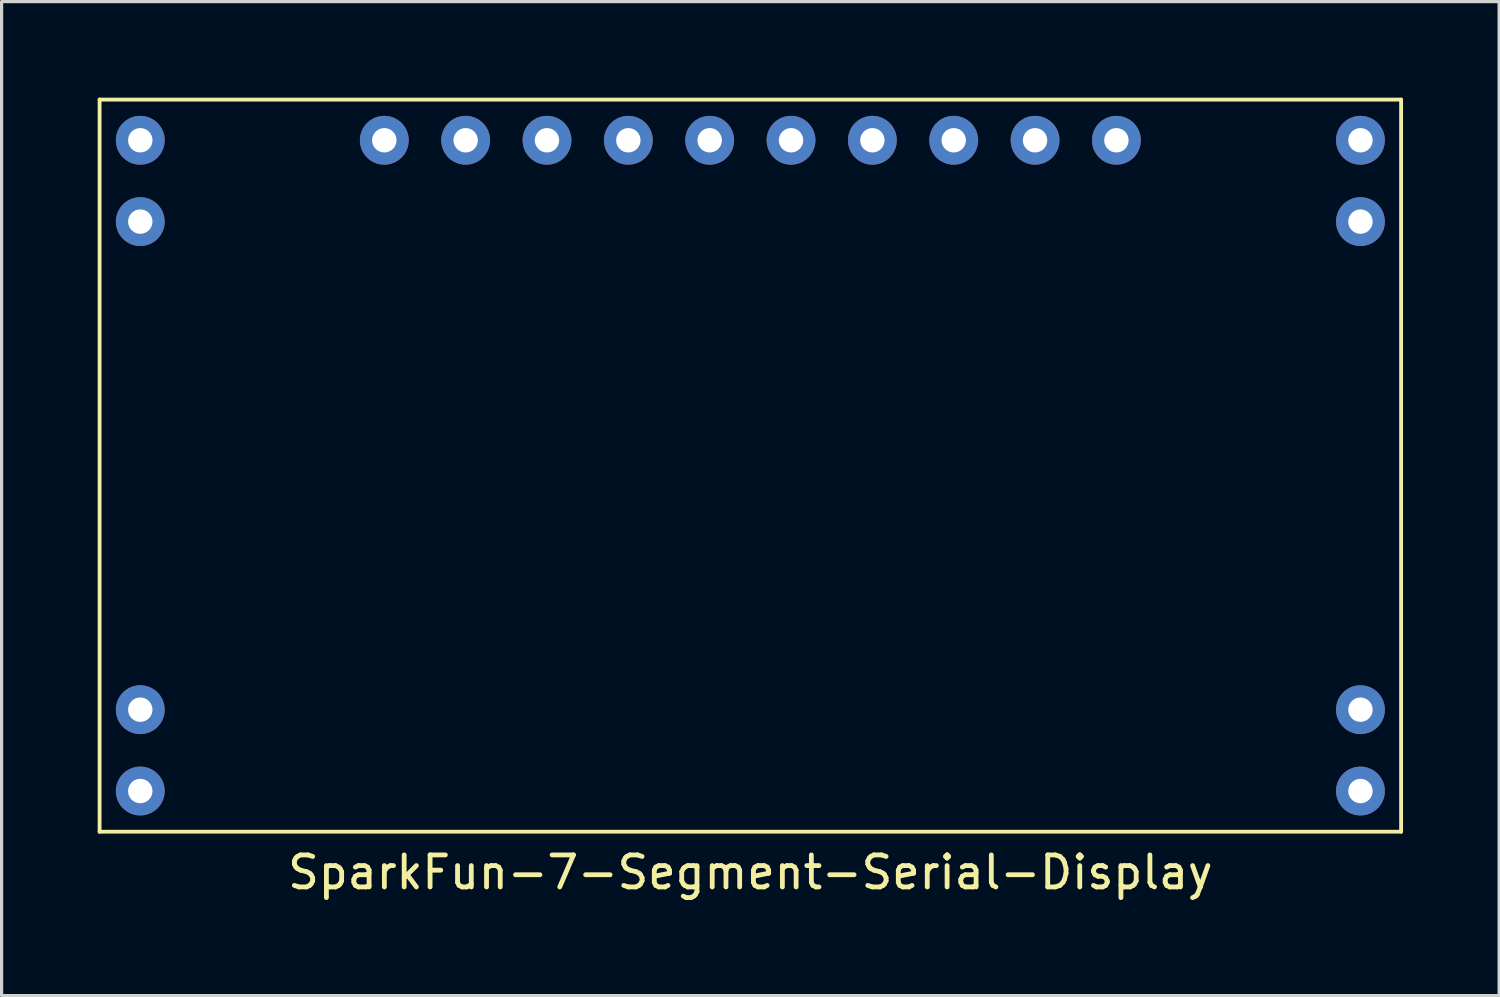
<source format=kicad_pcb>
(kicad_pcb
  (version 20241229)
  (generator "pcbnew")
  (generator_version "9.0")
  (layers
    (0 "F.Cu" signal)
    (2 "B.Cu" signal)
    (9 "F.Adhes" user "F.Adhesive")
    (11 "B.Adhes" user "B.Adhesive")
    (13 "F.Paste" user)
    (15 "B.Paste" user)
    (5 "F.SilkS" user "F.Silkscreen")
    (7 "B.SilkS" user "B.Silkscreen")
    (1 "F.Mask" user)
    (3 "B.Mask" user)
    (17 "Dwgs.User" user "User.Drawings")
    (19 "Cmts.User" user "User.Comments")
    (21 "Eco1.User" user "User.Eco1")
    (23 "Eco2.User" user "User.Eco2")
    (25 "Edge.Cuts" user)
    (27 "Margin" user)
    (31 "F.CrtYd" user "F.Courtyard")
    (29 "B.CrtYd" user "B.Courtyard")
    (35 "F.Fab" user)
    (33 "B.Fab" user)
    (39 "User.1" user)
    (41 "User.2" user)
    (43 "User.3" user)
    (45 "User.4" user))
  (footprint "SparkFun-7-Segment-Serial-Display"
    (layer "F.Cu")
    (at 1.33 1.33)
    (property "Reference" "SparkFun-7-Segment-Serial-Display" (at 19.05 22.86 0) (layer "F.SilkS") (effects (font (size 1 1) (thickness 0.15))))
    (attr through_hole)
    (fp_line (start -1.27 -1.27) (end -1.27 21.59) (stroke (width 0.12) (type solid)) (layer "F.SilkS"))
    (fp_line (start -1.27 21.59) (end 39.37 21.59) (stroke (width 0.12) (type solid)) (layer "F.SilkS"))
    (fp_line (start 39.37 -1.27) (end -1.27 -1.27) (stroke (width 0.12) (type solid)) (layer "F.SilkS"))
    (fp_line (start 39.37 21.59) (end 39.37 -1.27) (stroke (width 0.12) (type solid)) (layer "F.SilkS"))
    (pad "1" thru_hole circle (at 0 0) (size 1.524 1.524) (drill 0.762) (layers "*.Cu" "*.Mask"))
    (pad "2" thru_hole circle (at 0 2.54) (size 1.524 1.524) (drill 0.762) (layers "*.Cu" "*.Mask"))
    (pad "3" thru_hole circle (at 0 17.78) (size 1.524 1.524) (drill 0.762) (layers "*.Cu" "*.Mask"))
    (pad "4" thru_hole circle (at 0 20.32) (size 1.524 1.524) (drill 0.762) (layers "*.Cu" "*.Mask"))
    (pad "5" thru_hole circle (at 38.1 20.32) (size 1.524 1.524) (drill 0.762) (layers "*.Cu" "*.Mask"))
    (pad "6" thru_hole circle (at 38.1 17.78) (size 1.524 1.524) (drill 0.762) (layers "*.Cu" "*.Mask"))
    (pad "7" thru_hole circle (at 38.1 2.54) (size 1.524 1.524) (drill 0.762) (layers "*.Cu" "*.Mask"))
    (pad "8" thru_hole circle (at 38.1 0) (size 1.524 1.524) (drill 0.762) (layers "*.Cu" "*.Mask"))
    (pad "9" thru_hole circle (at 30.48 0) (size 1.524 1.524) (drill 0.762) (layers "*.Cu" "*.Mask"))
    (pad "10" thru_hole circle (at 27.94 0) (size 1.524 1.524) (drill 0.762) (layers "*.Cu" "*.Mask"))
    (pad "11" thru_hole circle (at 25.4 0) (size 1.524 1.524) (drill 0.762) (layers "*.Cu" "*.Mask"))
    (pad "12" thru_hole circle (at 22.86 0) (size 1.524 1.524) (drill 0.762) (layers "*.Cu" "*.Mask"))
    (pad "13" thru_hole circle (at 20.32 0) (size 1.524 1.524) (drill 0.762) (layers "*.Cu" "*.Mask"))
    (pad "14" thru_hole circle (at 17.78 0) (size 1.524 1.524) (drill 0.762) (layers "*.Cu" "*.Mask"))
    (pad "15" thru_hole circle (at 15.24 0) (size 1.524 1.524) (drill 0.762) (layers "*.Cu" "*.Mask"))
    (pad "16" thru_hole circle (at 12.7 0) (size 1.524 1.524) (drill 0.762) (layers "*.Cu" "*.Mask"))
    (pad "17" thru_hole circle (at 10.16 0) (size 1.524 1.524) (drill 0.762) (layers "*.Cu" "*.Mask"))
    (pad "18" thru_hole circle (at 7.62 0) (size 1.524 1.524) (drill 0.762) (layers "*.Cu" "*.Mask")))
  (gr_rect
    (start -3 -3)
    (end 43.76 28.038)
    (stroke (width 0.1) (type default))
    (fill no)
    (layer "Edge.Cuts")))
</source>
